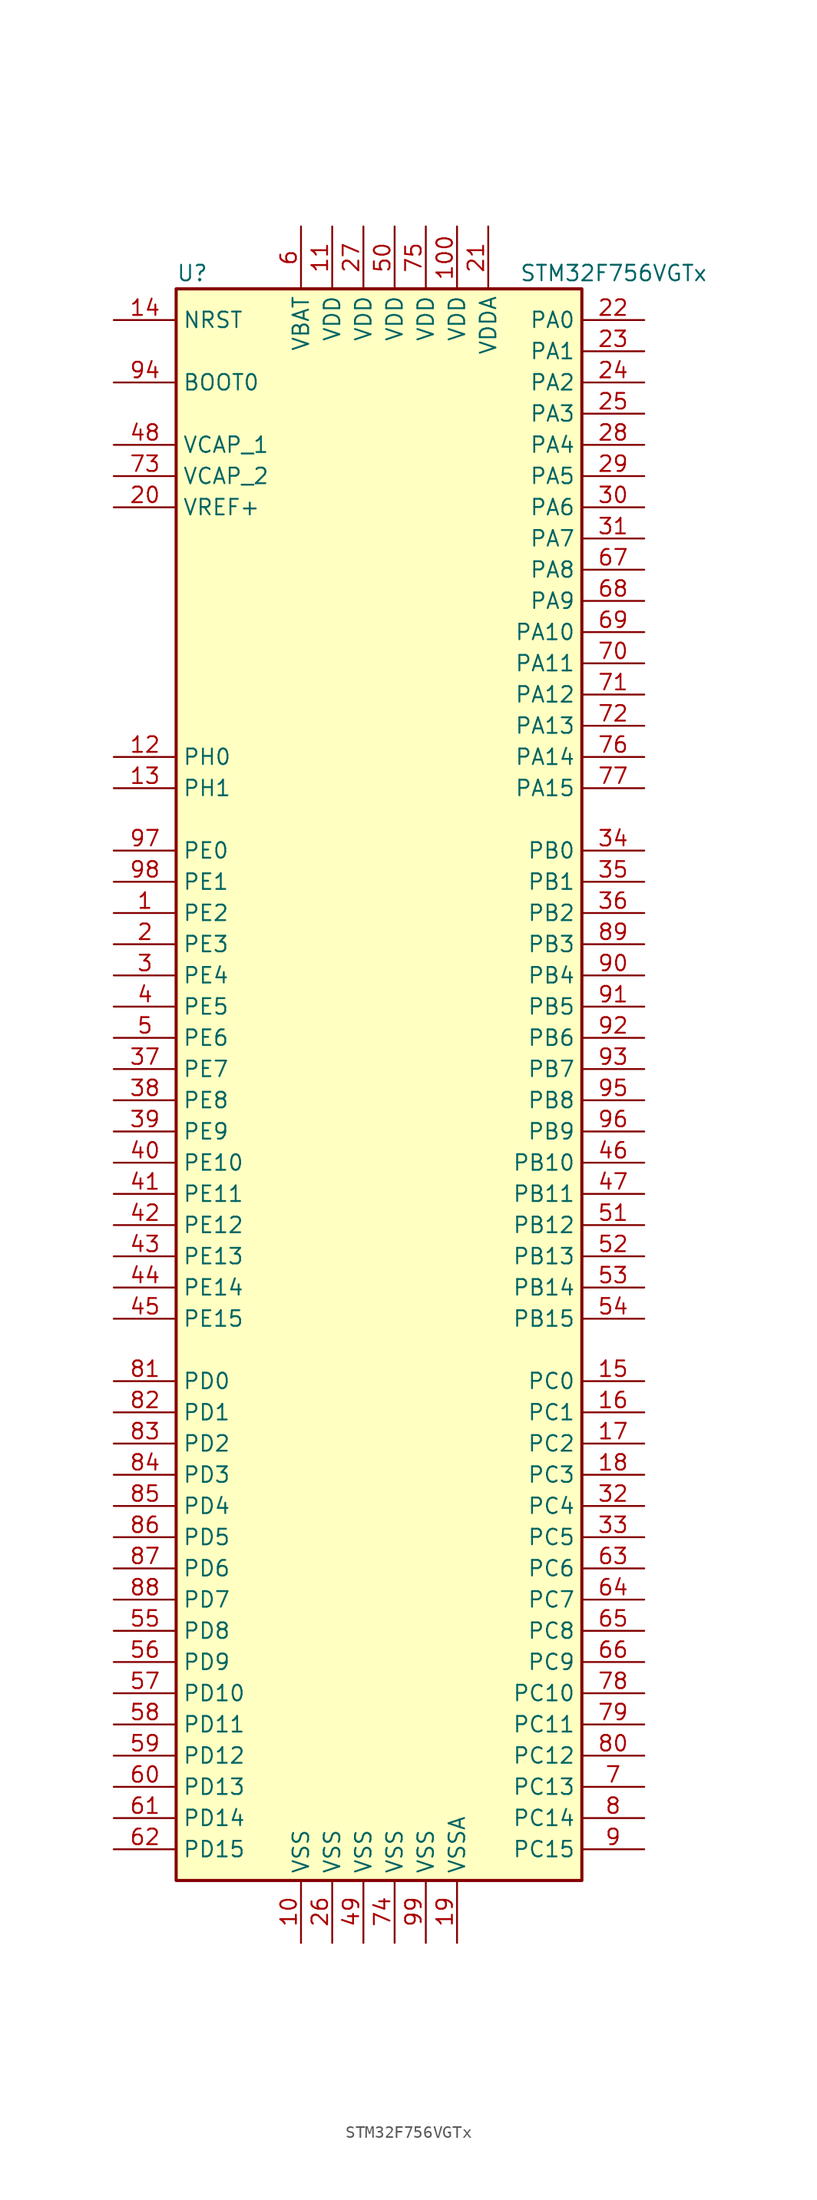
<source format=kicad_sym>
(kicad_symbol_lib
  (version 20220914)
  (generator kicad_symbol_editor)
  (symbol "STM32F756VGTx"
    (property "Reference" "U"
      (at -17.78 64.77 0)
      (effects (font (size 1.27 1.27)) (justify left)))
    (property "Value" "STM32F756VGTx"
      (at 10.16 64.77 0)
      (effects (font (size 1.27 1.27)) (justify left)))
    (symbol "STM32F756VGTx_0_1"
      (rectangle (start -17.78 -66.04) (end 15.24 63.5) (stroke (width 0.254) (type default)) (fill (type background))))
    (symbol "STM32F756VGTx_1_1"
      (pin bidirectional line (at -22.86 12.7 0) (length 5.08) (name "PE2" (effects (font (size 1.27 1.27)))) (number "1" (effects (font (size 1.27 1.27)))))
      (pin power_in line (at -7.62 -71.12 90) (length 5.08) (name "VSS" (effects (font (size 1.27 1.27)))) (number "10" (effects (font (size 1.27 1.27)))))
      (pin power_in line (at 5.08 68.58 270) (length 5.08) (name "VDD" (effects (font (size 1.27 1.27)))) (number "100" (effects (font (size 1.27 1.27)))))
      (pin power_in line (at -5.08 68.58 270) (length 5.08) (name "VDD" (effects (font (size 1.27 1.27)))) (number "11" (effects (font (size 1.27 1.27)))))
      (pin input line (at -22.86 25.4 0) (length 5.08) (name "PH0" (effects (font (size 1.27 1.27)))) (number "12" (effects (font (size 1.27 1.27)))))
      (pin input line (at -22.86 22.86 0) (length 5.08) (name "PH1" (effects (font (size 1.27 1.27)))) (number "13" (effects (font (size 1.27 1.27)))))
      (pin input line (at -22.86 60.96 0) (length 5.08) (name "NRST" (effects (font (size 1.27 1.27)))) (number "14" (effects (font (size 1.27 1.27)))))
      (pin bidirectional line (at 20.32 -25.4 180) (length 5.08) (name "PC0" (effects (font (size 1.27 1.27)))) (number "15" (effects (font (size 1.27 1.27)))))
      (pin bidirectional line (at 20.32 -27.94 180) (length 5.08) (name "PC1" (effects (font (size 1.27 1.27)))) (number "16" (effects (font (size 1.27 1.27)))))
      (pin bidirectional line (at 20.32 -30.48 180) (length 5.08) (name "PC2" (effects (font (size 1.27 1.27)))) (number "17" (effects (font (size 1.27 1.27)))))
      (pin bidirectional line (at 20.32 -33.02 180) (length 5.08) (name "PC3" (effects (font (size 1.27 1.27)))) (number "18" (effects (font (size 1.27 1.27)))))
      (pin power_in line (at 5.08 -71.12 90) (length 5.08) (name "VSSA" (effects (font (size 1.27 1.27)))) (number "19" (effects (font (size 1.27 1.27)))))
      (pin bidirectional line (at -22.86 10.16 0) (length 5.08) (name "PE3" (effects (font (size 1.27 1.27)))) (number "2" (effects (font (size 1.27 1.27)))))
      (pin power_in line (at -22.86 45.72 0) (length 5.08) (name "VREF+" (effects (font (size 1.27 1.27)))) (number "20" (effects (font (size 1.27 1.27)))))
      (pin power_in line (at 7.62 68.58 270) (length 5.08) (name "VDDA" (effects (font (size 1.27 1.27)))) (number "21" (effects (font (size 1.27 1.27)))))
      (pin bidirectional line (at 20.32 60.96 180) (length 5.08) (name "PA0" (effects (font (size 1.27 1.27)))) (number "22" (effects (font (size 1.27 1.27)))))
      (pin bidirectional line (at 20.32 58.42 180) (length 5.08) (name "PA1" (effects (font (size 1.27 1.27)))) (number "23" (effects (font (size 1.27 1.27)))))
      (pin bidirectional line (at 20.32 55.88 180) (length 5.08) (name "PA2" (effects (font (size 1.27 1.27)))) (number "24" (effects (font (size 1.27 1.27)))))
      (pin bidirectional line (at 20.32 53.34 180) (length 5.08) (name "PA3" (effects (font (size 1.27 1.27)))) (number "25" (effects (font (size 1.27 1.27)))))
      (pin power_in line (at -5.08 -71.12 90) (length 5.08) (name "VSS" (effects (font (size 1.27 1.27)))) (number "26" (effects (font (size 1.27 1.27)))))
      (pin power_in line (at -2.54 68.58 270) (length 5.08) (name "VDD" (effects (font (size 1.27 1.27)))) (number "27" (effects (font (size 1.27 1.27)))))
      (pin bidirectional line (at 20.32 50.8 180) (length 5.08) (name "PA4" (effects (font (size 1.27 1.27)))) (number "28" (effects (font (size 1.27 1.27)))))
      (pin bidirectional line (at 20.32 48.26 180) (length 5.08) (name "PA5" (effects (font (size 1.27 1.27)))) (number "29" (effects (font (size 1.27 1.27)))))
      (pin bidirectional line (at -22.86 7.62 0) (length 5.08) (name "PE4" (effects (font (size 1.27 1.27)))) (number "3" (effects (font (size 1.27 1.27)))))
      (pin bidirectional line (at 20.32 45.72 180) (length 5.08) (name "PA6" (effects (font (size 1.27 1.27)))) (number "30" (effects (font (size 1.27 1.27)))))
      (pin bidirectional line (at 20.32 43.18 180) (length 5.08) (name "PA7" (effects (font (size 1.27 1.27)))) (number "31" (effects (font (size 1.27 1.27)))))
      (pin bidirectional line (at 20.32 -35.56 180) (length 5.08) (name "PC4" (effects (font (size 1.27 1.27)))) (number "32" (effects (font (size 1.27 1.27)))))
      (pin bidirectional line (at 20.32 -38.1 180) (length 5.08) (name "PC5" (effects (font (size 1.27 1.27)))) (number "33" (effects (font (size 1.27 1.27)))))
      (pin bidirectional line (at 20.32 17.78 180) (length 5.08) (name "PB0" (effects (font (size 1.27 1.27)))) (number "34" (effects (font (size 1.27 1.27)))))
      (pin bidirectional line (at 20.32 15.24 180) (length 5.08) (name "PB1" (effects (font (size 1.27 1.27)))) (number "35" (effects (font (size 1.27 1.27)))))
      (pin bidirectional line (at 20.32 12.7 180) (length 5.08) (name "PB2" (effects (font (size 1.27 1.27)))) (number "36" (effects (font (size 1.27 1.27)))))
      (pin bidirectional line (at -22.86 0 0) (length 5.08) (name "PE7" (effects (font (size 1.27 1.27)))) (number "37" (effects (font (size 1.27 1.27)))))
      (pin bidirectional line (at -22.86 -2.54 0) (length 5.08) (name "PE8" (effects (font (size 1.27 1.27)))) (number "38" (effects (font (size 1.27 1.27)))))
      (pin bidirectional line (at -22.86 -5.08 0) (length 5.08) (name "PE9" (effects (font (size 1.27 1.27)))) (number "39" (effects (font (size 1.27 1.27)))))
      (pin bidirectional line (at -22.86 5.08 0) (length 5.08) (name "PE5" (effects (font (size 1.27 1.27)))) (number "4" (effects (font (size 1.27 1.27)))))
      (pin bidirectional line (at -22.86 -7.62 0) (length 5.08) (name "PE10" (effects (font (size 1.27 1.27)))) (number "40" (effects (font (size 1.27 1.27)))))
      (pin bidirectional line (at -22.86 -10.16 0) (length 5.08) (name "PE11" (effects (font (size 1.27 1.27)))) (number "41" (effects (font (size 1.27 1.27)))))
      (pin bidirectional line (at -22.86 -12.7 0) (length 5.08) (name "PE12" (effects (font (size 1.27 1.27)))) (number "42" (effects (font (size 1.27 1.27)))))
      (pin bidirectional line (at -22.86 -15.24 0) (length 5.08) (name "PE13" (effects (font (size 1.27 1.27)))) (number "43" (effects (font (size 1.27 1.27)))))
      (pin bidirectional line (at -22.86 -17.78 0) (length 5.08) (name "PE14" (effects (font (size 1.27 1.27)))) (number "44" (effects (font (size 1.27 1.27)))))
      (pin bidirectional line (at -22.86 -20.32 0) (length 5.08) (name "PE15" (effects (font (size 1.27 1.27)))) (number "45" (effects (font (size 1.27 1.27)))))
      (pin bidirectional line (at 20.32 -7.62 180) (length 5.08) (name "PB10" (effects (font (size 1.27 1.27)))) (number "46" (effects (font (size 1.27 1.27)))))
      (pin bidirectional line (at 20.32 -10.16 180) (length 5.08) (name "PB11" (effects (font (size 1.27 1.27)))) (number "47" (effects (font (size 1.27 1.27)))))
      (pin power_in line (at -22.86 50.8 0) (length 5.08) (name "VCAP_1" (effects (font (size 1.27 1.27)))) (number "48" (effects (font (size 1.27 1.27)))))
      (pin power_in line (at -2.54 -71.12 90) (length 5.08) (name "VSS" (effects (font (size 1.27 1.27)))) (number "49" (effects (font (size 1.27 1.27)))))
      (pin bidirectional line (at -22.86 2.54 0) (length 5.08) (name "PE6" (effects (font (size 1.27 1.27)))) (number "5" (effects (font (size 1.27 1.27)))))
      (pin power_in line (at 0 68.58 270) (length 5.08) (name "VDD" (effects (font (size 1.27 1.27)))) (number "50" (effects (font (size 1.27 1.27)))))
      (pin bidirectional line (at 20.32 -12.7 180) (length 5.08) (name "PB12" (effects (font (size 1.27 1.27)))) (number "51" (effects (font (size 1.27 1.27)))))
      (pin bidirectional line (at 20.32 -15.24 180) (length 5.08) (name "PB13" (effects (font (size 1.27 1.27)))) (number "52" (effects (font (size 1.27 1.27)))))
      (pin bidirectional line (at 20.32 -17.78 180) (length 5.08) (name "PB14" (effects (font (size 1.27 1.27)))) (number "53" (effects (font (size 1.27 1.27)))))
      (pin bidirectional line (at 20.32 -20.32 180) (length 5.08) (name "PB15" (effects (font (size 1.27 1.27)))) (number "54" (effects (font (size 1.27 1.27)))))
      (pin bidirectional line (at -22.86 -45.72 0) (length 5.08) (name "PD8" (effects (font (size 1.27 1.27)))) (number "55" (effects (font (size 1.27 1.27)))))
      (pin bidirectional line (at -22.86 -48.26 0) (length 5.08) (name "PD9" (effects (font (size 1.27 1.27)))) (number "56" (effects (font (size 1.27 1.27)))))
      (pin bidirectional line (at -22.86 -50.8 0) (length 5.08) (name "PD10" (effects (font (size 1.27 1.27)))) (number "57" (effects (font (size 1.27 1.27)))))
      (pin bidirectional line (at -22.86 -53.34 0) (length 5.08) (name "PD11" (effects (font (size 1.27 1.27)))) (number "58" (effects (font (size 1.27 1.27)))))
      (pin bidirectional line (at -22.86 -55.88 0) (length 5.08) (name "PD12" (effects (font (size 1.27 1.27)))) (number "59" (effects (font (size 1.27 1.27)))))
      (pin power_in line (at -7.62 68.58 270) (length 5.08) (name "VBAT" (effects (font (size 1.27 1.27)))) (number "6" (effects (font (size 1.27 1.27)))))
      (pin bidirectional line (at -22.86 -58.42 0) (length 5.08) (name "PD13" (effects (font (size 1.27 1.27)))) (number "60" (effects (font (size 1.27 1.27)))))
      (pin bidirectional line (at -22.86 -60.96 0) (length 5.08) (name "PD14" (effects (font (size 1.27 1.27)))) (number "61" (effects (font (size 1.27 1.27)))))
      (pin bidirectional line (at -22.86 -63.5 0) (length 5.08) (name "PD15" (effects (font (size 1.27 1.27)))) (number "62" (effects (font (size 1.27 1.27)))))
      (pin bidirectional line (at 20.32 -40.64 180) (length 5.08) (name "PC6" (effects (font (size 1.27 1.27)))) (number "63" (effects (font (size 1.27 1.27)))))
      (pin bidirectional line (at 20.32 -43.18 180) (length 5.08) (name "PC7" (effects (font (size 1.27 1.27)))) (number "64" (effects (font (size 1.27 1.27)))))
      (pin bidirectional line (at 20.32 -45.72 180) (length 5.08) (name "PC8" (effects (font (size 1.27 1.27)))) (number "65" (effects (font (size 1.27 1.27)))))
      (pin bidirectional line (at 20.32 -48.26 180) (length 5.08) (name "PC9" (effects (font (size 1.27 1.27)))) (number "66" (effects (font (size 1.27 1.27)))))
      (pin bidirectional line (at 20.32 40.64 180) (length 5.08) (name "PA8" (effects (font (size 1.27 1.27)))) (number "67" (effects (font (size 1.27 1.27)))))
      (pin bidirectional line (at 20.32 38.1 180) (length 5.08) (name "PA9" (effects (font (size 1.27 1.27)))) (number "68" (effects (font (size 1.27 1.27)))))
      (pin bidirectional line (at 20.32 35.56 180) (length 5.08) (name "PA10" (effects (font (size 1.27 1.27)))) (number "69" (effects (font (size 1.27 1.27)))))
      (pin bidirectional line (at 20.32 -58.42 180) (length 5.08) (name "PC13" (effects (font (size 1.27 1.27)))) (number "7" (effects (font (size 1.27 1.27)))))
      (pin bidirectional line (at 20.32 33.02 180) (length 5.08) (name "PA11" (effects (font (size 1.27 1.27)))) (number "70" (effects (font (size 1.27 1.27)))))
      (pin bidirectional line (at 20.32 30.48 180) (length 5.08) (name "PA12" (effects (font (size 1.27 1.27)))) (number "71" (effects (font (size 1.27 1.27)))))
      (pin bidirectional line (at 20.32 27.94 180) (length 5.08) (name "PA13" (effects (font (size 1.27 1.27)))) (number "72" (effects (font (size 1.27 1.27)))))
      (pin power_in line (at -22.86 48.26 0) (length 5.08) (name "VCAP_2" (effects (font (size 1.27 1.27)))) (number "73" (effects (font (size 1.27 1.27)))))
      (pin power_in line (at 0 -71.12 90) (length 5.08) (name "VSS" (effects (font (size 1.27 1.27)))) (number "74" (effects (font (size 1.27 1.27)))))
      (pin power_in line (at 2.54 68.58 270) (length 5.08) (name "VDD" (effects (font (size 1.27 1.27)))) (number "75" (effects (font (size 1.27 1.27)))))
      (pin bidirectional line (at 20.32 25.4 180) (length 5.08) (name "PA14" (effects (font (size 1.27 1.27)))) (number "76" (effects (font (size 1.27 1.27)))))
      (pin bidirectional line (at 20.32 22.86 180) (length 5.08) (name "PA15" (effects (font (size 1.27 1.27)))) (number "77" (effects (font (size 1.27 1.27)))))
      (pin bidirectional line (at 20.32 -50.8 180) (length 5.08) (name "PC10" (effects (font (size 1.27 1.27)))) (number "78" (effects (font (size 1.27 1.27)))))
      (pin bidirectional line (at 20.32 -53.34 180) (length 5.08) (name "PC11" (effects (font (size 1.27 1.27)))) (number "79" (effects (font (size 1.27 1.27)))))
      (pin bidirectional line (at 20.32 -60.96 180) (length 5.08) (name "PC14" (effects (font (size 1.27 1.27)))) (number "8" (effects (font (size 1.27 1.27)))))
      (pin bidirectional line (at 20.32 -55.88 180) (length 5.08) (name "PC12" (effects (font (size 1.27 1.27)))) (number "80" (effects (font (size 1.27 1.27)))))
      (pin bidirectional line (at -22.86 -25.4 0) (length 5.08) (name "PD0" (effects (font (size 1.27 1.27)))) (number "81" (effects (font (size 1.27 1.27)))))
      (pin bidirectional line (at -22.86 -27.94 0) (length 5.08) (name "PD1" (effects (font (size 1.27 1.27)))) (number "82" (effects (font (size 1.27 1.27)))))
      (pin bidirectional line (at -22.86 -30.48 0) (length 5.08) (name "PD2" (effects (font (size 1.27 1.27)))) (number "83" (effects (font (size 1.27 1.27)))))
      (pin bidirectional line (at -22.86 -33.02 0) (length 5.08) (name "PD3" (effects (font (size 1.27 1.27)))) (number "84" (effects (font (size 1.27 1.27)))))
      (pin bidirectional line (at -22.86 -35.56 0) (length 5.08) (name "PD4" (effects (font (size 1.27 1.27)))) (number "85" (effects (font (size 1.27 1.27)))))
      (pin bidirectional line (at -22.86 -38.1 0) (length 5.08) (name "PD5" (effects (font (size 1.27 1.27)))) (number "86" (effects (font (size 1.27 1.27)))))
      (pin bidirectional line (at -22.86 -40.64 0) (length 5.08) (name "PD6" (effects (font (size 1.27 1.27)))) (number "87" (effects (font (size 1.27 1.27)))))
      (pin bidirectional line (at -22.86 -43.18 0) (length 5.08) (name "PD7" (effects (font (size 1.27 1.27)))) (number "88" (effects (font (size 1.27 1.27)))))
      (pin bidirectional line (at 20.32 10.16 180) (length 5.08) (name "PB3" (effects (font (size 1.27 1.27)))) (number "89" (effects (font (size 1.27 1.27)))))
      (pin bidirectional line (at 20.32 -63.5 180) (length 5.08) (name "PC15" (effects (font (size 1.27 1.27)))) (number "9" (effects (font (size 1.27 1.27)))))
      (pin bidirectional line (at 20.32 7.62 180) (length 5.08) (name "PB4" (effects (font (size 1.27 1.27)))) (number "90" (effects (font (size 1.27 1.27)))))
      (pin bidirectional line (at 20.32 5.08 180) (length 5.08) (name "PB5" (effects (font (size 1.27 1.27)))) (number "91" (effects (font (size 1.27 1.27)))))
      (pin bidirectional line (at 20.32 2.54 180) (length 5.08) (name "PB6" (effects (font (size 1.27 1.27)))) (number "92" (effects (font (size 1.27 1.27)))))
      (pin bidirectional line (at 20.32 0 180) (length 5.08) (name "PB7" (effects (font (size 1.27 1.27)))) (number "93" (effects (font (size 1.27 1.27)))))
      (pin input line (at -22.86 55.88 0) (length 5.08) (name "BOOT0" (effects (font (size 1.27 1.27)))) (number "94" (effects (font (size 1.27 1.27)))))
      (pin bidirectional line (at 20.32 -2.54 180) (length 5.08) (name "PB8" (effects (font (size 1.27 1.27)))) (number "95" (effects (font (size 1.27 1.27)))))
      (pin bidirectional line (at 20.32 -5.08 180) (length 5.08) (name "PB9" (effects (font (size 1.27 1.27)))) (number "96" (effects (font (size 1.27 1.27)))))
      (pin bidirectional line (at -22.86 17.78 0) (length 5.08) (name "PE0" (effects (font (size 1.27 1.27)))) (number "97" (effects (font (size 1.27 1.27)))))
      (pin bidirectional line (at -22.86 15.24 0) (length 5.08) (name "PE1" (effects (font (size 1.27 1.27)))) (number "98" (effects (font (size 1.27 1.27)))))
      (pin power_in line (at 2.54 -71.12 90) (length 5.08) (name "VSS" (effects (font (size 1.27 1.27)))) (number "99" (effects (font (size 1.27 1.27))))))))
</source>
